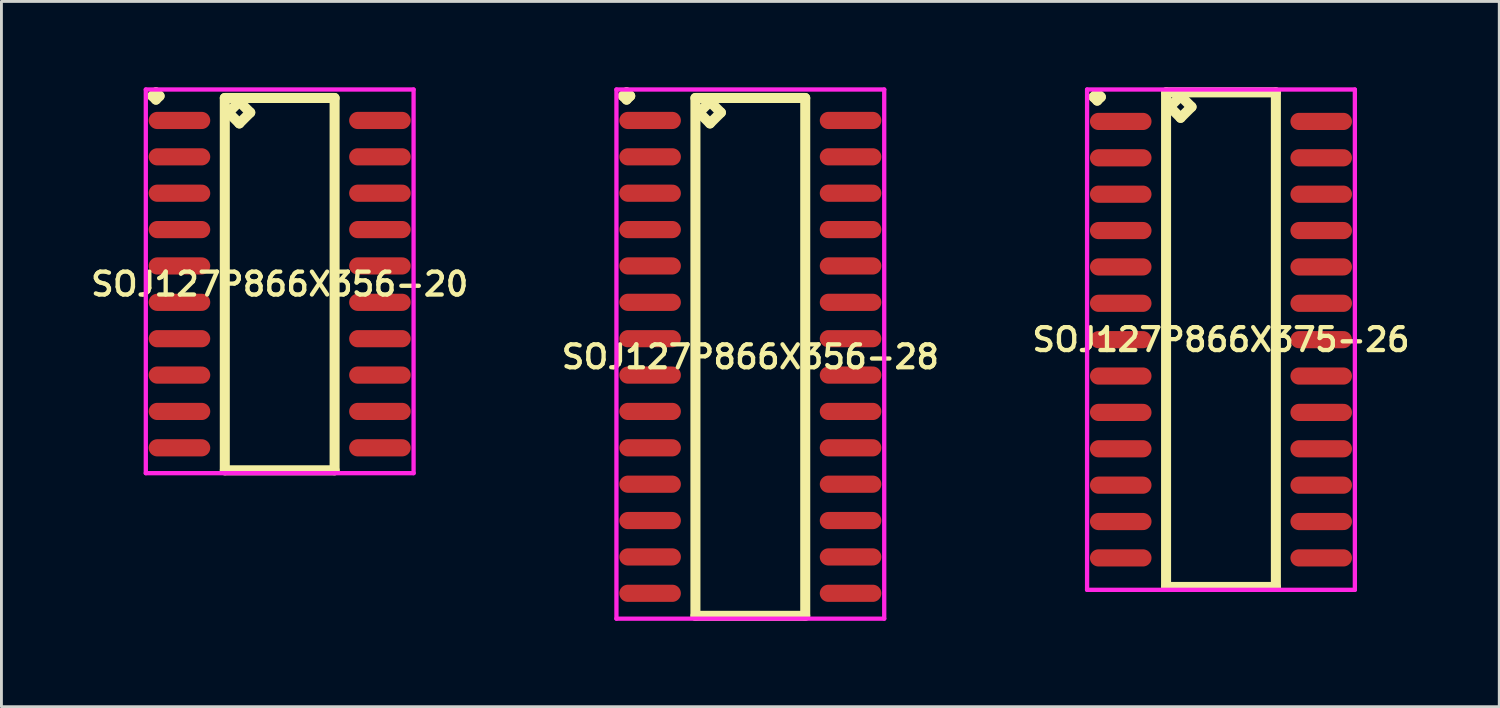
<source format=kicad_pcb>
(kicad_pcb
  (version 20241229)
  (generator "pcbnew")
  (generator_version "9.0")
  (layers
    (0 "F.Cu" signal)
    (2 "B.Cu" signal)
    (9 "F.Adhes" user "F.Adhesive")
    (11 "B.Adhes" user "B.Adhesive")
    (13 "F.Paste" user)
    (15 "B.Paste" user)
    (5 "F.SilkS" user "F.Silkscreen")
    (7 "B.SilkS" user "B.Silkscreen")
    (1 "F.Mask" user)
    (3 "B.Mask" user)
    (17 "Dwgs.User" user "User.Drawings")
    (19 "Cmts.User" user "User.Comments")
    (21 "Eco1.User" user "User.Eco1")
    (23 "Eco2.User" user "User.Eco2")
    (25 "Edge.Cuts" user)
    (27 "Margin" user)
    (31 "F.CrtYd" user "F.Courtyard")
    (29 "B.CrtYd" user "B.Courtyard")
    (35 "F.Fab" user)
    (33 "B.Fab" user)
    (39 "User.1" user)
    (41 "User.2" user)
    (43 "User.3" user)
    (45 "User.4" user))
  (footprint "SOJ127P866X375-26"
    (layer "F.Cu")
    (at 39.582 8.81)
    (property "Reference" "SOJ127P866X375-26" (at 0 0 0) (layer "F.SilkS") (effects (font (size 0.8 0.8) (thickness 0.15))))
    (attr smd)
    (fp_line (start -4.448 -8.474) (end -4.321 -8.601) (stroke (width 0.35) (type solid)) (layer "F.SilkS"))
    (fp_line (start -4.321 -8.601) (end -4.194 -8.474) (stroke (width 0.35) (type solid)) (layer "F.SilkS"))
    (fp_line (start -4.321 -8.347) (end -4.448 -8.474) (stroke (width 0.35) (type solid)) (layer "F.SilkS"))
    (fp_line (start -4.194 -8.474) (end -4.321 -8.347) (stroke (width 0.35) (type solid)) (layer "F.SilkS"))
    (fp_line (start -1.917 -8.635) (end -1.917 8.635) (stroke (width 0.35) (type solid)) (layer "F.SilkS"))
    (fp_line (start -1.917 8.635) (end 1.917 8.635) (stroke (width 0.35) (type solid)) (layer "F.SilkS"))
    (fp_line (start -1.79 -8.127) (end -1.409 -8.508) (stroke (width 0.35) (type solid)) (layer "F.SilkS"))
    (fp_line (start -1.409 -8.508) (end -1.028 -8.127) (stroke (width 0.35) (type solid)) (layer "F.SilkS"))
    (fp_line (start -1.409 -7.746) (end -1.79 -8.127) (stroke (width 0.35) (type solid)) (layer "F.SilkS"))
    (fp_line (start -1.028 -8.127) (end -1.409 -7.746) (stroke (width 0.35) (type solid)) (layer "F.SilkS"))
    (fp_line (start 1.917 -8.635) (end -1.917 -8.635) (stroke (width 0.35) (type solid)) (layer "F.SilkS"))
    (fp_line (start 1.917 8.635) (end 1.917 -8.635) (stroke (width 0.35) (type solid)) (layer "F.SilkS"))
    (fp_line (start -4.675 -8.735) (end 4.675 -8.735) (stroke (width 0.15) (type solid)) (layer "F.CrtYd"))
    (fp_line (start -4.675 8.735) (end -4.675 -8.735) (stroke (width 0.15) (type solid)) (layer "F.CrtYd"))
    (fp_line (start 4.675 -8.735) (end 4.675 8.735) (stroke (width 0.15) (type solid)) (layer "F.CrtYd"))
    (fp_line (start 4.675 8.735) (end -4.675 8.735) (stroke (width 0.15) (type solid)) (layer "F.CrtYd"))
    (pad "1" smd oval (at -3.5 -7.62) (size 2.15 0.6) (layers "F.Cu" "F.Mask" "F.Paste"))
    (pad "2" smd oval (at -3.5 -6.35) (size 2.15 0.6) (layers "F.Cu" "F.Mask" "F.Paste"))
    (pad "3" smd oval (at -3.5 -5.08) (size 2.15 0.6) (layers "F.Cu" "F.Mask" "F.Paste"))
    (pad "4" smd oval (at -3.5 -3.81) (size 2.15 0.6) (layers "F.Cu" "F.Mask" "F.Paste"))
    (pad "5" smd oval (at -3.5 -2.54) (size 2.15 0.6) (layers "F.Cu" "F.Mask" "F.Paste"))
    (pad "6" smd oval (at -3.5 -1.27) (size 2.15 0.6) (layers "F.Cu" "F.Mask" "F.Paste"))
    (pad "7" smd oval (at -3.5 0) (size 2.15 0.6) (layers "F.Cu" "F.Mask" "F.Paste"))
    (pad "8" smd oval (at -3.5 1.27) (size 2.15 0.6) (layers "F.Cu" "F.Mask" "F.Paste"))
    (pad "9" smd oval (at -3.5 2.54) (size 2.15 0.6) (layers "F.Cu" "F.Mask" "F.Paste"))
    (pad "10" smd oval (at -3.5 3.81) (size 2.15 0.6) (layers "F.Cu" "F.Mask" "F.Paste"))
    (pad "11" smd oval (at -3.5 5.08) (size 2.15 0.6) (layers "F.Cu" "F.Mask" "F.Paste"))
    (pad "12" smd oval (at -3.5 6.35) (size 2.15 0.6) (layers "F.Cu" "F.Mask" "F.Paste"))
    (pad "13" smd oval (at -3.5 7.62) (size 2.15 0.6) (layers "F.Cu" "F.Mask" "F.Paste"))
    (pad "14" smd oval (at 3.5 7.62) (size 2.15 0.6) (layers "F.Cu" "F.Mask" "F.Paste"))
    (pad "15" smd oval (at 3.5 6.35) (size 2.15 0.6) (layers "F.Cu" "F.Mask" "F.Paste"))
    (pad "16" smd oval (at 3.5 5.08) (size 2.15 0.6) (layers "F.Cu" "F.Mask" "F.Paste"))
    (pad "17" smd oval (at 3.5 3.81) (size 2.15 0.6) (layers "F.Cu" "F.Mask" "F.Paste"))
    (pad "18" smd oval (at 3.5 2.54) (size 2.15 0.6) (layers "F.Cu" "F.Mask" "F.Paste"))
    (pad "19" smd oval (at 3.5 1.27) (size 2.15 0.6) (layers "F.Cu" "F.Mask" "F.Paste"))
    (pad "20" smd oval (at 3.5 0) (size 2.15 0.6) (layers "F.Cu" "F.Mask" "F.Paste"))
    (pad "21" smd oval (at 3.5 -1.27) (size 2.15 0.6) (layers "F.Cu" "F.Mask" "F.Paste"))
    (pad "22" smd oval (at 3.5 -2.54) (size 2.15 0.6) (layers "F.Cu" "F.Mask" "F.Paste"))
    (pad "23" smd oval (at 3.5 -3.81) (size 2.15 0.6) (layers "F.Cu" "F.Mask" "F.Paste"))
    (pad "24" smd oval (at 3.5 -5.08) (size 2.15 0.6) (layers "F.Cu" "F.Mask" "F.Paste"))
    (pad "25" smd oval (at 3.5 -6.35) (size 2.15 0.6) (layers "F.Cu" "F.Mask" "F.Paste"))
    (pad "26" smd oval (at 3.5 -7.62) (size 2.15 0.6) (layers "F.Cu" "F.Mask" "F.Paste")))
  (footprint "SOJ127P866X356-20"
    (layer "F.Cu")
    (at 6.716 6.871)
    (property "Reference" "SOJ127P866X356-20" (at 0 0 0) (layer "F.SilkS") (effects (font (size 0.8 0.8) (thickness 0.15))))
    (attr through_hole)
    (fp_line (start -4.448 -6.569) (end -4.321 -6.696) (stroke (width 0.35) (type solid)) (layer "F.SilkS"))
    (fp_line (start -4.321 -6.696) (end -4.194 -6.569) (stroke (width 0.35) (type solid)) (layer "F.SilkS"))
    (fp_line (start -4.321 -6.442) (end -4.448 -6.569) (stroke (width 0.35) (type solid)) (layer "F.SilkS"))
    (fp_line (start -4.194 -6.569) (end -4.321 -6.442) (stroke (width 0.35) (type solid)) (layer "F.SilkS"))
    (fp_line (start -1.917 -6.5) (end -1.917 6.5) (stroke (width 0.35) (type solid)) (layer "F.SilkS"))
    (fp_line (start -1.917 6.5) (end 1.917 6.5) (stroke (width 0.35) (type solid)) (layer "F.SilkS"))
    (fp_line (start -1.79 -5.992) (end -1.409 -6.373) (stroke (width 0.35) (type solid)) (layer "F.SilkS"))
    (fp_line (start -1.409 -6.373) (end -1.028 -5.992) (stroke (width 0.35) (type solid)) (layer "F.SilkS"))
    (fp_line (start -1.409 -5.611) (end -1.79 -5.992) (stroke (width 0.35) (type solid)) (layer "F.SilkS"))
    (fp_line (start -1.028 -5.992) (end -1.409 -5.611) (stroke (width 0.35) (type solid)) (layer "F.SilkS"))
    (fp_line (start 1.917 -6.5) (end -1.917 -6.5) (stroke (width 0.35) (type solid)) (layer "F.SilkS"))
    (fp_line (start 1.917 6.5) (end 1.917 -6.5) (stroke (width 0.35) (type solid)) (layer "F.SilkS"))
    (fp_line (start -4.675 -6.796) (end 4.675 -6.796) (stroke (width 0.15) (type solid)) (layer "F.CrtYd"))
    (fp_line (start -4.675 6.6) (end -4.675 -6.796) (stroke (width 0.15) (type solid)) (layer "F.CrtYd"))
    (fp_line (start 4.675 -6.796) (end 4.675 6.6) (stroke (width 0.15) (type solid)) (layer "F.CrtYd"))
    (fp_line (start 4.675 6.6) (end -4.675 6.6) (stroke (width 0.15) (type solid)) (layer "F.CrtYd"))
    (pad "1" smd oval (at -3.5 -5.715) (size 2.15 0.6) (layers "F.Cu" "F.Mask" "F.Paste"))
    (pad "2" smd oval (at -3.5 -4.445) (size 2.15 0.6) (layers "F.Cu" "F.Mask" "F.Paste"))
    (pad "3" smd oval (at -3.5 -3.175) (size 2.15 0.6) (layers "F.Cu" "F.Mask" "F.Paste"))
    (pad "4" smd oval (at -3.5 -1.905) (size 2.15 0.6) (layers "F.Cu" "F.Mask" "F.Paste"))
    (pad "5" smd oval (at -3.5 -0.635) (size 2.15 0.6) (layers "F.Cu" "F.Mask" "F.Paste"))
    (pad "6" smd oval (at -3.5 0.635) (size 2.15 0.6) (layers "F.Cu" "F.Mask" "F.Paste"))
    (pad "7" smd oval (at -3.5 1.905) (size 2.15 0.6) (layers "F.Cu" "F.Mask" "F.Paste"))
    (pad "8" smd oval (at -3.5 3.175) (size 2.15 0.6) (layers "F.Cu" "F.Mask" "F.Paste"))
    (pad "9" smd oval (at -3.5 4.445) (size 2.15 0.6) (layers "F.Cu" "F.Mask" "F.Paste"))
    (pad "10" smd oval (at -3.5 5.715) (size 2.15 0.6) (layers "F.Cu" "F.Mask" "F.Paste"))
    (pad "11" smd oval (at 3.5 5.715) (size 2.15 0.6) (layers "F.Cu" "F.Mask" "F.Paste"))
    (pad "12" smd oval (at 3.5 4.445) (size 2.15 0.6) (layers "F.Cu" "F.Mask" "F.Paste"))
    (pad "13" smd oval (at 3.5 3.175) (size 2.15 0.6) (layers "F.Cu" "F.Mask" "F.Paste"))
    (pad "14" smd oval (at 3.5 1.905) (size 2.15 0.6) (layers "F.Cu" "F.Mask" "F.Paste"))
    (pad "15" smd oval (at 3.5 0.635) (size 2.15 0.6) (layers "F.Cu" "F.Mask" "F.Paste"))
    (pad "16" smd oval (at 3.5 -0.635) (size 2.15 0.6) (layers "F.Cu" "F.Mask" "F.Paste"))
    (pad "17" smd oval (at 3.5 -1.905) (size 2.15 0.6) (layers "F.Cu" "F.Mask" "F.Paste"))
    (pad "18" smd oval (at 3.5 -3.175) (size 2.15 0.6) (layers "F.Cu" "F.Mask" "F.Paste"))
    (pad "19" smd oval (at 3.5 -4.445) (size 2.15 0.6) (layers "F.Cu" "F.Mask" "F.Paste"))
    (pad "20" smd oval (at 3.5 -5.715) (size 2.15 0.6) (layers "F.Cu" "F.Mask" "F.Paste")))
  (footprint "SOJ127P866X356-28"
    (layer "F.Cu")
    (at 23.149 9.411)
    (property "Reference" "SOJ127P866X356-28" (at 0 0 0) (layer "F.SilkS") (effects (font (size 0.8 0.8) (thickness 0.15))))
    (attr through_hole)
    (fp_line (start -4.448 -9.109) (end -4.321 -9.236) (stroke (width 0.35) (type solid)) (layer "F.SilkS"))
    (fp_line (start -4.321 -9.236) (end -4.194 -9.109) (stroke (width 0.35) (type solid)) (layer "F.SilkS"))
    (fp_line (start -4.321 -8.982) (end -4.448 -9.109) (stroke (width 0.35) (type solid)) (layer "F.SilkS"))
    (fp_line (start -4.194 -9.109) (end -4.321 -8.982) (stroke (width 0.35) (type solid)) (layer "F.SilkS"))
    (fp_line (start -1.917 -9.04) (end -1.917 9.04) (stroke (width 0.35) (type solid)) (layer "F.SilkS"))
    (fp_line (start -1.917 9.04) (end 1.917 9.04) (stroke (width 0.35) (type solid)) (layer "F.SilkS"))
    (fp_line (start -1.79 -8.532) (end -1.409 -8.913) (stroke (width 0.35) (type solid)) (layer "F.SilkS"))
    (fp_line (start -1.409 -8.913) (end -1.028 -8.532) (stroke (width 0.35) (type solid)) (layer "F.SilkS"))
    (fp_line (start -1.409 -8.151) (end -1.79 -8.532) (stroke (width 0.35) (type solid)) (layer "F.SilkS"))
    (fp_line (start -1.028 -8.532) (end -1.409 -8.151) (stroke (width 0.35) (type solid)) (layer "F.SilkS"))
    (fp_line (start 1.917 -9.04) (end -1.917 -9.04) (stroke (width 0.35) (type solid)) (layer "F.SilkS"))
    (fp_line (start 1.917 9.04) (end 1.917 -9.04) (stroke (width 0.35) (type solid)) (layer "F.SilkS"))
    (fp_line (start -4.675 -9.336) (end 4.675 -9.336) (stroke (width 0.15) (type solid)) (layer "F.CrtYd"))
    (fp_line (start -4.675 9.14) (end -4.675 -9.336) (stroke (width 0.15) (type solid)) (layer "F.CrtYd"))
    (fp_line (start 4.675 -9.336) (end 4.675 9.14) (stroke (width 0.15) (type solid)) (layer "F.CrtYd"))
    (fp_line (start 4.675 9.14) (end -4.675 9.14) (stroke (width 0.15) (type solid)) (layer "F.CrtYd"))
    (pad "1" smd oval (at -3.5 -8.255) (size 2.15 0.6) (layers "F.Cu" "F.Mask" "F.Paste"))
    (pad "2" smd oval (at -3.5 -6.985) (size 2.15 0.6) (layers "F.Cu" "F.Mask" "F.Paste"))
    (pad "3" smd oval (at -3.5 -5.715) (size 2.15 0.6) (layers "F.Cu" "F.Mask" "F.Paste"))
    (pad "4" smd oval (at -3.5 -4.445) (size 2.15 0.6) (layers "F.Cu" "F.Mask" "F.Paste"))
    (pad "5" smd oval (at -3.5 -3.175) (size 2.15 0.6) (layers "F.Cu" "F.Mask" "F.Paste"))
    (pad "6" smd oval (at -3.5 -1.905) (size 2.15 0.6) (layers "F.Cu" "F.Mask" "F.Paste"))
    (pad "7" smd oval (at -3.5 -0.635) (size 2.15 0.6) (layers "F.Cu" "F.Mask" "F.Paste"))
    (pad "8" smd oval (at -3.5 0.635) (size 2.15 0.6) (layers "F.Cu" "F.Mask" "F.Paste"))
    (pad "9" smd oval (at -3.5 1.905) (size 2.15 0.6) (layers "F.Cu" "F.Mask" "F.Paste"))
    (pad "10" smd oval (at -3.5 3.175) (size 2.15 0.6) (layers "F.Cu" "F.Mask" "F.Paste"))
    (pad "11" smd oval (at -3.5 4.445) (size 2.15 0.6) (layers "F.Cu" "F.Mask" "F.Paste"))
    (pad "12" smd oval (at -3.5 5.715) (size 2.15 0.6) (layers "F.Cu" "F.Mask" "F.Paste"))
    (pad "13" smd oval (at -3.5 6.985) (size 2.15 0.6) (layers "F.Cu" "F.Mask" "F.Paste"))
    (pad "14" smd oval (at -3.5 8.255) (size 2.15 0.6) (layers "F.Cu" "F.Mask" "F.Paste"))
    (pad "15" smd oval (at 3.5 8.255) (size 2.15 0.6) (layers "F.Cu" "F.Mask" "F.Paste"))
    (pad "16" smd oval (at 3.5 6.985) (size 2.15 0.6) (layers "F.Cu" "F.Mask" "F.Paste"))
    (pad "17" smd oval (at 3.5 5.715) (size 2.15 0.6) (layers "F.Cu" "F.Mask" "F.Paste"))
    (pad "18" smd oval (at 3.5 4.445) (size 2.15 0.6) (layers "F.Cu" "F.Mask" "F.Paste"))
    (pad "19" smd oval (at 3.5 3.175) (size 2.15 0.6) (layers "F.Cu" "F.Mask" "F.Paste"))
    (pad "20" smd oval (at 3.5 1.905) (size 2.15 0.6) (layers "F.Cu" "F.Mask" "F.Paste"))
    (pad "21" smd oval (at 3.5 0.635) (size 2.15 0.6) (layers "F.Cu" "F.Mask" "F.Paste"))
    (pad "22" smd oval (at 3.5 -0.635) (size 2.15 0.6) (layers "F.Cu" "F.Mask" "F.Paste"))
    (pad "23" smd oval (at 3.5 -1.905) (size 2.15 0.6) (layers "F.Cu" "F.Mask" "F.Paste"))
    (pad "24" smd oval (at 3.5 -3.175) (size 2.15 0.6) (layers "F.Cu" "F.Mask" "F.Paste"))
    (pad "25" smd oval (at 3.5 -4.445) (size 2.15 0.6) (layers "F.Cu" "F.Mask" "F.Paste"))
    (pad "26" smd oval (at 3.5 -5.715) (size 2.15 0.6) (layers "F.Cu" "F.Mask" "F.Paste"))
    (pad "27" smd oval (at 3.5 -6.985) (size 2.15 0.6) (layers "F.Cu" "F.Mask" "F.Paste"))
    (pad "28" smd oval (at 3.5 -8.255) (size 2.15 0.6) (layers "F.Cu" "F.Mask" "F.Paste")))
  (gr_rect
    (start -3 -3)
    (end 49.299 21.626)
    (stroke (width 0.1) (type default))
    (fill no)
    (layer "Edge.Cuts")))
</source>
